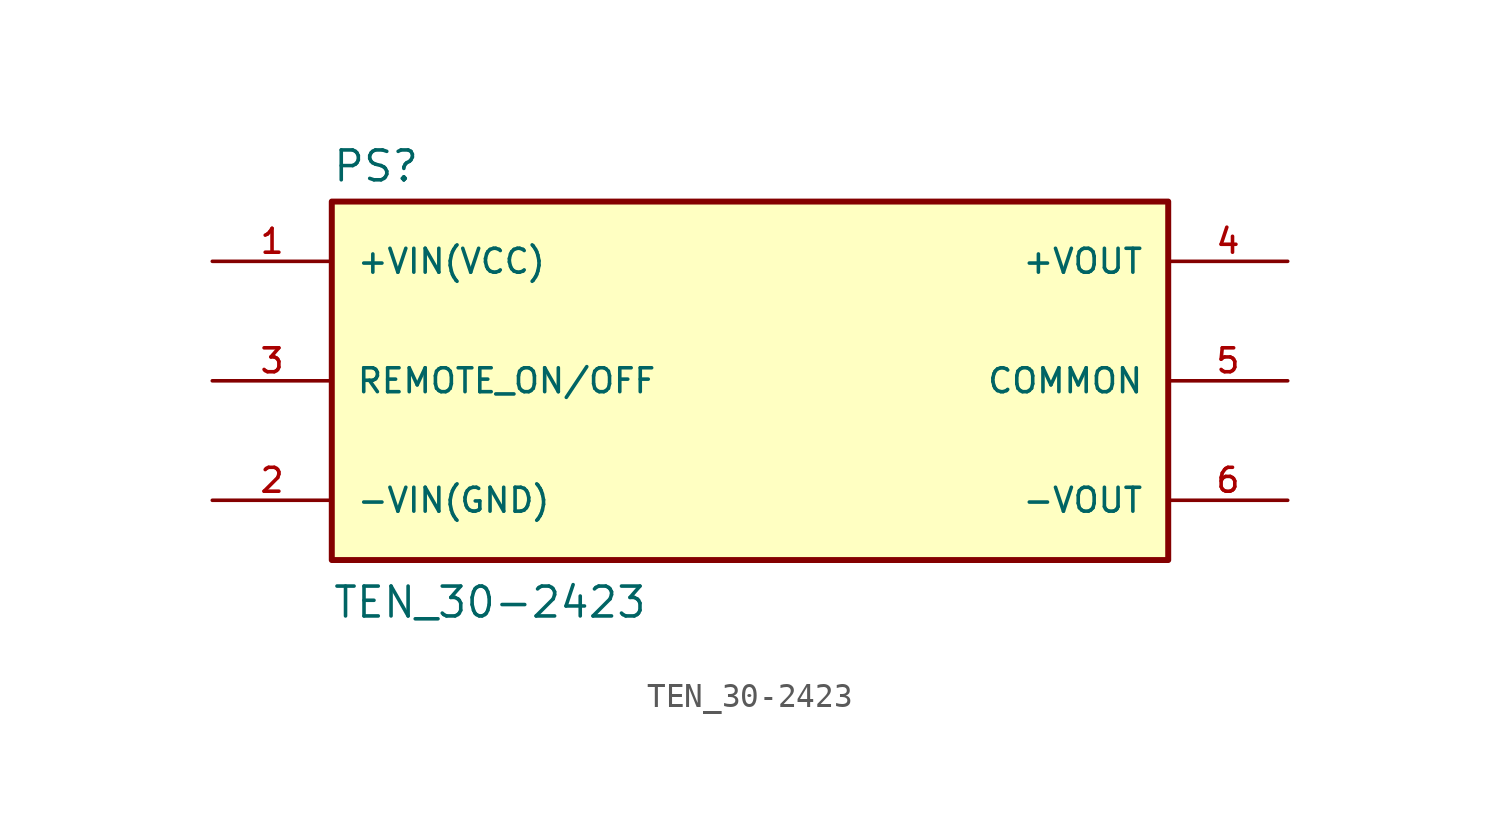
<source format=kicad_sym>
(kicad_symbol_lib
  (version 20220914)
  (generator kicad_symbol_editor)
  (symbol "TEN_30-2423"
    (pin_names
      (offset 1.016))
    (property "Reference" "PS"
      (at -17.78 8.382 0)
      (effects (font (size 1.27 1.27)) (justify left bottom)))
    (property "Value" "TEN_30-2423"
      (at -17.78 -10.16 0)
      (effects (font (size 1.27 1.27)) (justify left bottom)))
    (symbol "TEN_30-2423_0_0"
      (rectangle (start -17.78 7.62) (end 17.78 -7.62) (stroke (width 0.254) (type default)) (fill (type background)))
      (pin input line (at -22.86 5.08 0) (length 5.08) (name "+VIN(VCC)" (effects (font (size 1.016 1.016)))) (number "1" (effects (font (size 1.016 1.016)))))
      (pin input line (at -22.86 -5.08 0) (length 5.08) (name "-VIN(GND)" (effects (font (size 1.016 1.016)))) (number "2" (effects (font (size 1.016 1.016)))))
      (pin input line (at -22.86 0 0) (length 5.08) (name "REMOTE_ON/OFF" (effects (font (size 1.016 1.016)))) (number "3" (effects (font (size 1.016 1.016)))))
      (pin output line (at 22.86 5.08 180) (length 5.08) (name "+VOUT" (effects (font (size 1.016 1.016)))) (number "4" (effects (font (size 1.016 1.016)))))
      (pin output line (at 22.86 0 180) (length 5.08) (name "COMMON" (effects (font (size 1.016 1.016)))) (number "5" (effects (font (size 1.016 1.016)))))
      (pin output line (at 22.86 -5.08 180) (length 5.08) (name "-VOUT" (effects (font (size 1.016 1.016)))) (number "6" (effects (font (size 1.016 1.016))))))))
</source>
